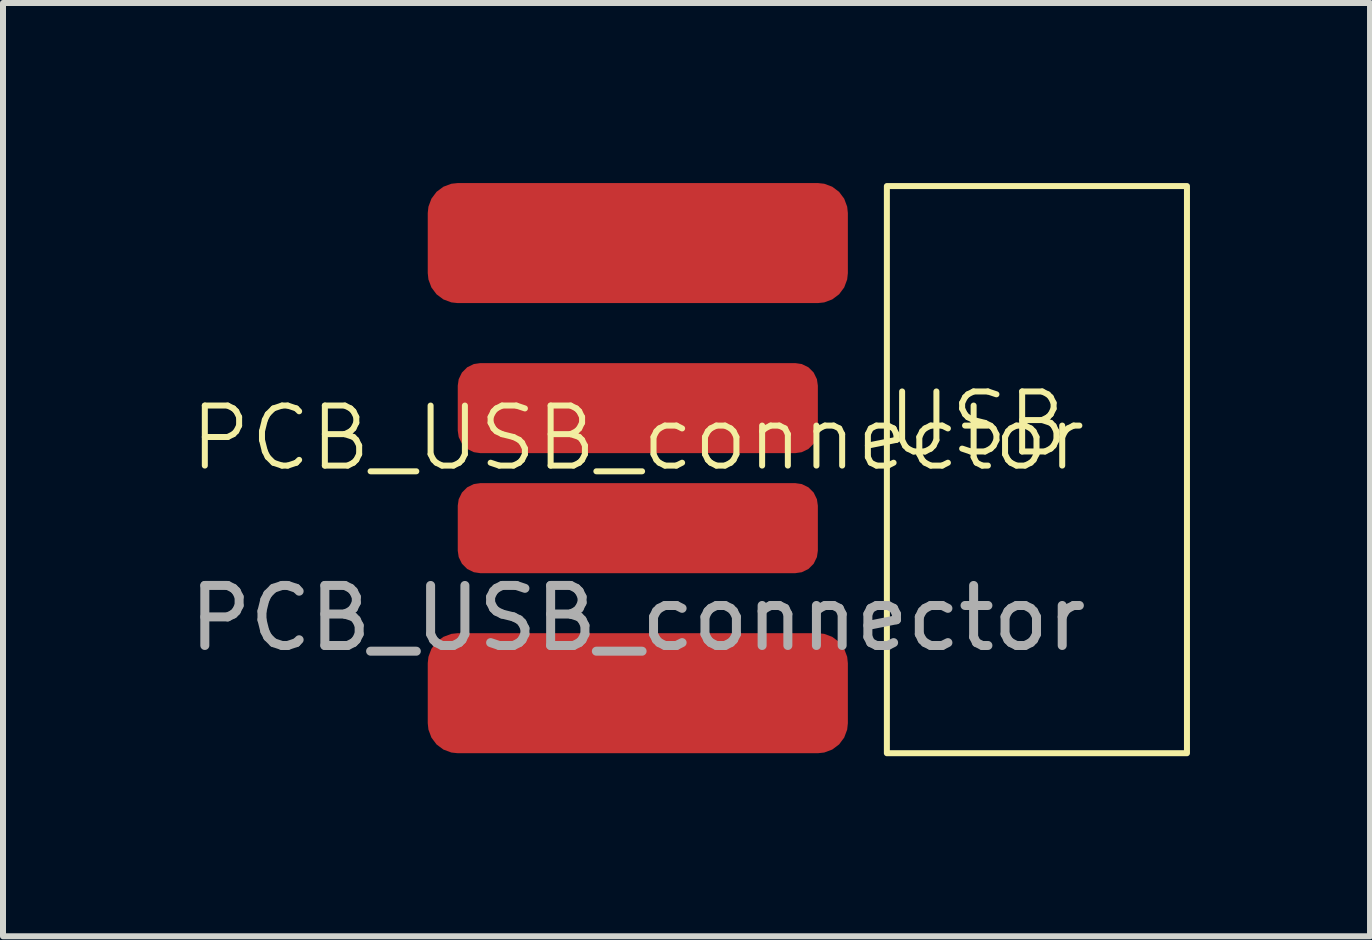
<source format=kicad_pcb>
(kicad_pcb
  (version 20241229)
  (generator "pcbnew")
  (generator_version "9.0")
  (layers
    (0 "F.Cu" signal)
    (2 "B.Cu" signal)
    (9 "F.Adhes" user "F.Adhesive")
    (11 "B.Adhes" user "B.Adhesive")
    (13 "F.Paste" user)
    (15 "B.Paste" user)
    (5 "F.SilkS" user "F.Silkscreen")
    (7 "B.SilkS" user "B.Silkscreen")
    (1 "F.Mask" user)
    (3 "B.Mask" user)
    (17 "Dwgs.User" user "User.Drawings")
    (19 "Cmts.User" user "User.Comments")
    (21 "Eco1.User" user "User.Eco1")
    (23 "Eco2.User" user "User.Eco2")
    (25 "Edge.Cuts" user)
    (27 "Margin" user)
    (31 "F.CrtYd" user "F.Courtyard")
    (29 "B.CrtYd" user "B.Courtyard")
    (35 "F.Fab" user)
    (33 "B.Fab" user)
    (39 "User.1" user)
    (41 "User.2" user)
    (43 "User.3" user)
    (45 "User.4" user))
  (footprint "PCB_USB_connector"
    (layer "F.Cu")
    (at 7.577 4.75)
    (property "Reference" "PCB_USB_connector" (at 0 -0.5 0) (unlocked yes) (layer "F.SilkS") (effects (font (size 1 1) (thickness 0.1))))
    (attr smd)
    (fp_rect (start 4.15 -4.7) (end 9.15 4.75) (stroke (width 0.1) (type default)) (fill no) (layer "F.SilkS"))
    (fp_text user "USB" (at 4.1 -0.15 0) (unlocked yes) (layer "F.SilkS") (effects (font (size 1 1) (thickness 0.1)) (justify left bottom)))
    (fp_text user "${REFERENCE}" (at 0 2.5 0) (unlocked yes) (layer "F.Fab") (effects (font (size 1 1) (thickness 0.15))))
    (pad "1" smd roundrect (at 0 3.75) (size 7 2) (layers "F.Cu" "F.Mask" "F.Paste") (roundrect_rratio 0.25))
    (pad "2" smd roundrect (at 0 1) (size 6 1.5) (layers "F.Cu" "F.Mask" "F.Paste") (roundrect_rratio 0.25))
    (pad "3" smd roundrect (at 0 -1) (size 6 1.5) (layers "F.Cu" "F.Mask" "F.Paste") (roundrect_rratio 0.25))
    (pad "4" smd roundrect (at 0 -3.75) (size 7 2) (layers "F.Cu" "F.Mask" "F.Paste") (roundrect_rratio 0.25)))
  (gr_rect
    (start -3 -3)
    (end 19.777 12.55)
    (stroke (width 0.1) (type default))
    (fill no)
    (layer "Edge.Cuts")))
</source>
